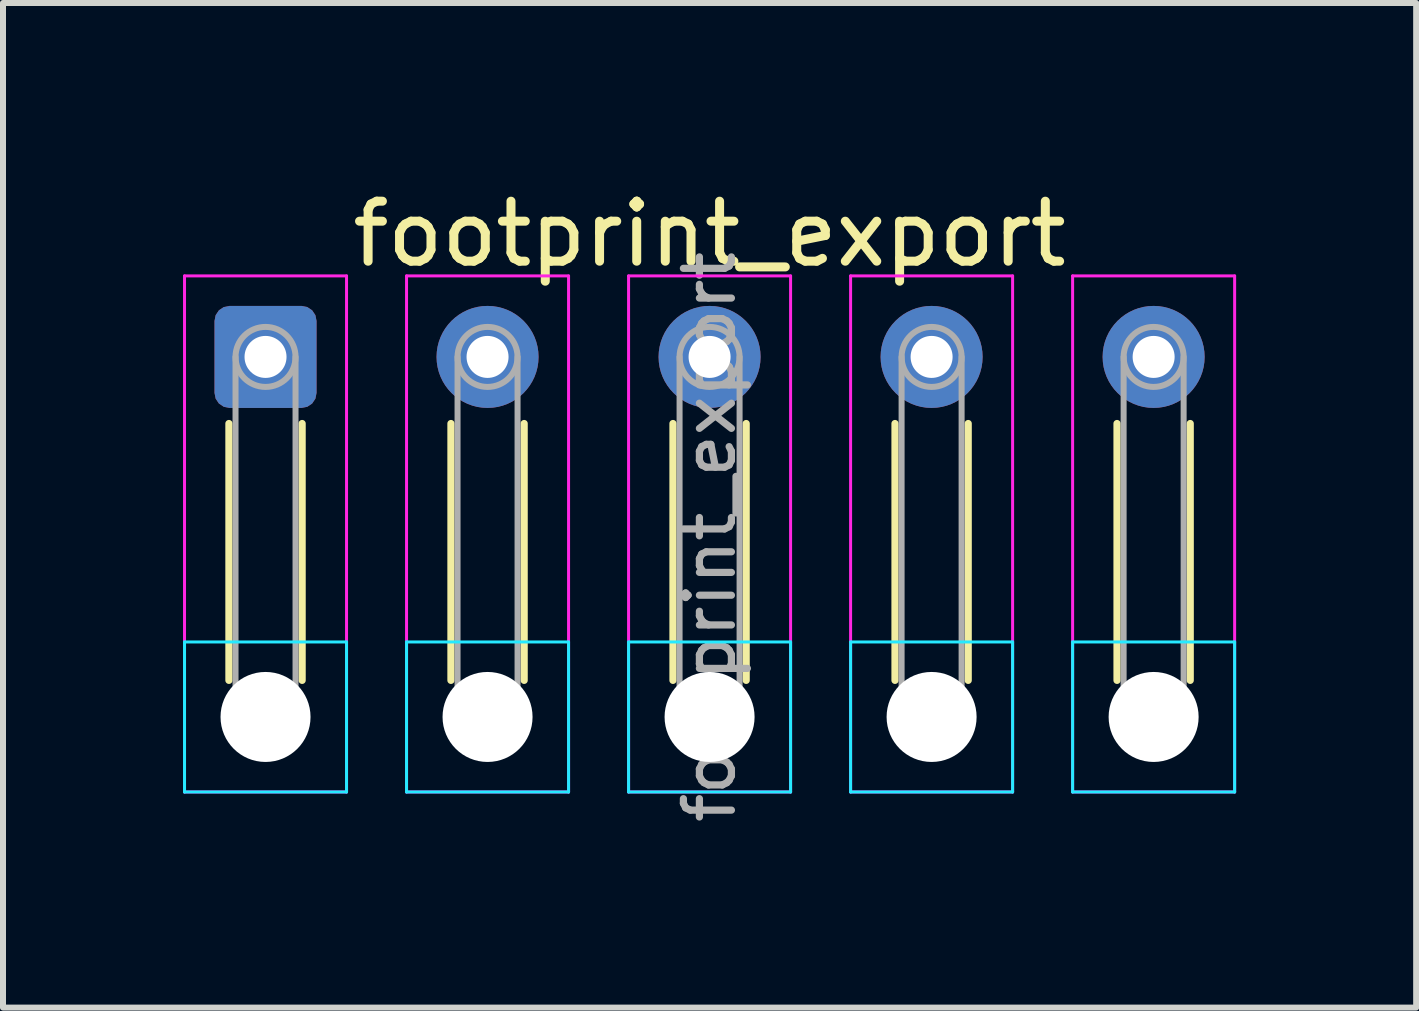
<source format=kicad_pcb>
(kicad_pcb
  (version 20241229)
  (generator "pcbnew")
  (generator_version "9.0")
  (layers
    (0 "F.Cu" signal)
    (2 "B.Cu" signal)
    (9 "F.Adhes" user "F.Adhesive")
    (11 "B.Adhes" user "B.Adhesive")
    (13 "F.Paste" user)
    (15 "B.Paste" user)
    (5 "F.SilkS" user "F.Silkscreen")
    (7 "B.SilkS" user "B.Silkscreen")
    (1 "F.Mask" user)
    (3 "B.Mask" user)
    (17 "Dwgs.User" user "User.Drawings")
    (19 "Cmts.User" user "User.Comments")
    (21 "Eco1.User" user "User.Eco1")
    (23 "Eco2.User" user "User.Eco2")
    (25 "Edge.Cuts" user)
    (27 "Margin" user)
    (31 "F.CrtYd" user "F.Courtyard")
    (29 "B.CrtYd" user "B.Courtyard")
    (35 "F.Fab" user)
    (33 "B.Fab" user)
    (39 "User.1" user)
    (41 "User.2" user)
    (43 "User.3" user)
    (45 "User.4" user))
  (footprint "footprint_export"
    (layer "F.Cu")
    (at 1.375 2.898)
    (property "Reference" "footprint_export" (at 7.4 -2.05 0) (layer "F.SilkS") (effects (font (size 1 1) (thickness 0.15))))
    (attr exclude_from_pos_files exclude_from_bom)
    (fp_line (start -0.61 1.11) (end -0.61 5.39) (stroke (width 0.12) (type solid)) (layer "F.SilkS"))
    (fp_line (start 0.61 1.11) (end 0.61 5.39) (stroke (width 0.12) (type solid)) (layer "F.SilkS"))
    (fp_line (start 3.09 1.11) (end 3.09 5.39) (stroke (width 0.12) (type solid)) (layer "F.SilkS"))
    (fp_line (start 4.31 1.11) (end 4.31 5.39) (stroke (width 0.12) (type solid)) (layer "F.SilkS"))
    (fp_line (start 6.79 1.11) (end 6.79 5.39) (stroke (width 0.12) (type solid)) (layer "F.SilkS"))
    (fp_line (start 8.01 1.11) (end 8.01 5.39) (stroke (width 0.12) (type solid)) (layer "F.SilkS"))
    (fp_line (start 10.49 1.11) (end 10.49 5.39) (stroke (width 0.12) (type solid)) (layer "F.SilkS"))
    (fp_line (start 11.71 1.11) (end 11.71 5.39) (stroke (width 0.12) (type solid)) (layer "F.SilkS"))
    (fp_line (start 14.19 1.11) (end 14.19 5.39) (stroke (width 0.12) (type solid)) (layer "F.SilkS"))
    (fp_line (start 15.41 1.11) (end 15.41 5.39) (stroke (width 0.12) (type solid)) (layer "F.SilkS"))
    (fp_line (start -1.35 4.75) (end -1.35 7.25) (stroke (width 0.05) (type solid)) (layer "B.CrtYd"))
    (fp_line (start -1.35 7.25) (end 1.35 7.25) (stroke (width 0.05) (type solid)) (layer "B.CrtYd"))
    (fp_line (start 1.35 4.75) (end -1.35 4.75) (stroke (width 0.05) (type solid)) (layer "B.CrtYd"))
    (fp_line (start 1.35 7.25) (end 1.35 4.75) (stroke (width 0.05) (type solid)) (layer "B.CrtYd"))
    (fp_line (start 2.35 4.75) (end 2.35 7.25) (stroke (width 0.05) (type solid)) (layer "B.CrtYd"))
    (fp_line (start 2.35 7.25) (end 5.05 7.25) (stroke (width 0.05) (type solid)) (layer "B.CrtYd"))
    (fp_line (start 5.05 4.75) (end 2.35 4.75) (stroke (width 0.05) (type solid)) (layer "B.CrtYd"))
    (fp_line (start 5.05 7.25) (end 5.05 4.75) (stroke (width 0.05) (type solid)) (layer "B.CrtYd"))
    (fp_line (start 6.05 4.75) (end 6.05 7.25) (stroke (width 0.05) (type solid)) (layer "B.CrtYd"))
    (fp_line (start 6.05 7.25) (end 8.75 7.25) (stroke (width 0.05) (type solid)) (layer "B.CrtYd"))
    (fp_line (start 8.75 4.75) (end 6.05 4.75) (stroke (width 0.05) (type solid)) (layer "B.CrtYd"))
    (fp_line (start 8.75 7.25) (end 8.75 4.75) (stroke (width 0.05) (type solid)) (layer "B.CrtYd"))
    (fp_line (start 9.75 4.75) (end 9.75 7.25) (stroke (width 0.05) (type solid)) (layer "B.CrtYd"))
    (fp_line (start 9.75 7.25) (end 12.45 7.25) (stroke (width 0.05) (type solid)) (layer "B.CrtYd"))
    (fp_line (start 12.45 4.75) (end 9.75 4.75) (stroke (width 0.05) (type solid)) (layer "B.CrtYd"))
    (fp_line (start 12.45 7.25) (end 12.45 4.75) (stroke (width 0.05) (type solid)) (layer "B.CrtYd"))
    (fp_line (start 13.45 4.75) (end 13.45 7.25) (stroke (width 0.05) (type solid)) (layer "B.CrtYd"))
    (fp_line (start 13.45 7.25) (end 16.15 7.25) (stroke (width 0.05) (type solid)) (layer "B.CrtYd"))
    (fp_line (start 16.15 4.75) (end 13.45 4.75) (stroke (width 0.05) (type solid)) (layer "B.CrtYd"))
    (fp_line (start 16.15 7.25) (end 16.15 4.75) (stroke (width 0.05) (type solid)) (layer "B.CrtYd"))
    (fp_line (start -1.35 -1.35) (end -1.35 7.25) (stroke (width 0.05) (type solid)) (layer "F.CrtYd"))
    (fp_line (start -1.35 7.25) (end 1.35 7.25) (stroke (width 0.05) (type solid)) (layer "F.CrtYd"))
    (fp_line (start 1.35 -1.35) (end -1.35 -1.35) (stroke (width 0.05) (type solid)) (layer "F.CrtYd"))
    (fp_line (start 1.35 7.25) (end 1.35 -1.35) (stroke (width 0.05) (type solid)) (layer "F.CrtYd"))
    (fp_line (start 2.35 -1.35) (end 2.35 7.25) (stroke (width 0.05) (type solid)) (layer "F.CrtYd"))
    (fp_line (start 2.35 7.25) (end 5.05 7.25) (stroke (width 0.05) (type solid)) (layer "F.CrtYd"))
    (fp_line (start 5.05 -1.35) (end 2.35 -1.35) (stroke (width 0.05) (type solid)) (layer "F.CrtYd"))
    (fp_line (start 5.05 7.25) (end 5.05 -1.35) (stroke (width 0.05) (type solid)) (layer "F.CrtYd"))
    (fp_line (start 6.05 -1.35) (end 6.05 7.25) (stroke (width 0.05) (type solid)) (layer "F.CrtYd"))
    (fp_line (start 6.05 7.25) (end 8.75 7.25) (stroke (width 0.05) (type solid)) (layer "F.CrtYd"))
    (fp_line (start 8.75 -1.35) (end 6.05 -1.35) (stroke (width 0.05) (type solid)) (layer "F.CrtYd"))
    (fp_line (start 8.75 7.25) (end 8.75 -1.35) (stroke (width 0.05) (type solid)) (layer "F.CrtYd"))
    (fp_line (start 9.75 -1.35) (end 9.75 7.25) (stroke (width 0.05) (type solid)) (layer "F.CrtYd"))
    (fp_line (start 9.75 7.25) (end 12.45 7.25) (stroke (width 0.05) (type solid)) (layer "F.CrtYd"))
    (fp_line (start 12.45 -1.35) (end 9.75 -1.35) (stroke (width 0.05) (type solid)) (layer "F.CrtYd"))
    (fp_line (start 12.45 7.25) (end 12.45 -1.35) (stroke (width 0.05) (type solid)) (layer "F.CrtYd"))
    (fp_line (start 13.45 -1.35) (end 13.45 7.25) (stroke (width 0.05) (type solid)) (layer "F.CrtYd"))
    (fp_line (start 13.45 7.25) (end 16.15 7.25) (stroke (width 0.05) (type solid)) (layer "F.CrtYd"))
    (fp_line (start 16.15 -1.35) (end 13.45 -1.35) (stroke (width 0.05) (type solid)) (layer "F.CrtYd"))
    (fp_line (start 16.15 7.25) (end 16.15 -1.35) (stroke (width 0.05) (type solid)) (layer "F.CrtYd"))
    (fp_line (start -0.5 0) (end -0.5 6) (stroke (width 0.1) (type solid)) (layer "F.Fab"))
    (fp_line (start 0.5 0) (end 0.5 6) (stroke (width 0.1) (type solid)) (layer "F.Fab"))
    (fp_line (start 3.2 0) (end 3.2 6) (stroke (width 0.1) (type solid)) (layer "F.Fab"))
    (fp_line (start 4.2 0) (end 4.2 6) (stroke (width 0.1) (type solid)) (layer "F.Fab"))
    (fp_line (start 6.9 0) (end 6.9 6) (stroke (width 0.1) (type solid)) (layer "F.Fab"))
    (fp_line (start 7.9 0) (end 7.9 6) (stroke (width 0.1) (type solid)) (layer "F.Fab"))
    (fp_line (start 10.6 0) (end 10.6 6) (stroke (width 0.1) (type solid)) (layer "F.Fab"))
    (fp_line (start 11.6 0) (end 11.6 6) (stroke (width 0.1) (type solid)) (layer "F.Fab"))
    (fp_line (start 14.3 0) (end 14.3 6) (stroke (width 0.1) (type solid)) (layer "F.Fab"))
    (fp_line (start 15.3 0) (end 15.3 6) (stroke (width 0.1) (type solid)) (layer "F.Fab"))
    (fp_circle (center 0 0) (end 0.5 0) (stroke (width 0.1) (type solid)) (fill no) (layer "F.Fab"))
    (fp_circle (center 0 6) (end 0.5 6) (stroke (width 0.1) (type solid)) (fill no) (layer "F.Fab"))
    (fp_circle (center 3.7 0) (end 4.2 0) (stroke (width 0.1) (type solid)) (fill no) (layer "F.Fab"))
    (fp_circle (center 3.7 6) (end 4.2 6) (stroke (width 0.1) (type solid)) (fill no) (layer "F.Fab"))
    (fp_circle (center 7.4 0) (end 7.9 0) (stroke (width 0.1) (type solid)) (fill no) (layer "F.Fab"))
    (fp_circle (center 7.4 6) (end 7.9 6) (stroke (width 0.1) (type solid)) (fill no) (layer "F.Fab"))
    (fp_circle (center 11.1 0) (end 11.6 0) (stroke (width 0.1) (type solid)) (fill no) (layer "F.Fab"))
    (fp_circle (center 11.1 6) (end 11.6 6) (stroke (width 0.1) (type solid)) (fill no) (layer "F.Fab"))
    (fp_circle (center 14.8 0) (end 15.3 0) (stroke (width 0.1) (type solid)) (fill no) (layer "F.Fab"))
    (fp_circle (center 14.8 6) (end 15.3 6) (stroke (width 0.1) (type solid)) (fill no) (layer "F.Fab"))
    (fp_text user "${REFERENCE}" (at 7.4 3 90) (layer "F.Fab") (effects (font (size 0.8 0.8) (thickness 0.12))))
    (pad "" np_thru_hole circle (at 0 6) (size 1.5 1.5) (drill 1.5) (layers "*.Cu" "*.Mask"))
    (pad "" np_thru_hole circle (at 3.7 6) (size 1.5 1.5) (drill 1.5) (layers "*.Cu" "*.Mask"))
    (pad "" np_thru_hole circle (at 7.4 6) (size 1.5 1.5) (drill 1.5) (layers "*.Cu" "*.Mask"))
    (pad "" np_thru_hole circle (at 11.1 6) (size 1.5 1.5) (drill 1.5) (layers "*.Cu" "*.Mask"))
    (pad "" np_thru_hole circle (at 14.8 6) (size 1.5 1.5) (drill 1.5) (layers "*.Cu" "*.Mask"))
    (pad "1" thru_hole roundrect (at 0 0) (size 1.7 1.7) (drill 0.7) (layers "*.Cu" "*.Mask") (roundrect_rratio 0.147))
    (pad "2" thru_hole circle (at 3.7 0) (size 1.7 1.7) (drill 0.7) (layers "*.Cu" "*.Mask"))
    (pad "3" thru_hole circle (at 7.4 0) (size 1.7 1.7) (drill 0.7) (layers "*.Cu" "*.Mask"))
    (pad "4" thru_hole circle (at 11.1 0) (size 1.7 1.7) (drill 0.7) (layers "*.Cu" "*.Mask"))
    (pad "5" thru_hole circle (at 14.8 0) (size 1.7 1.7) (drill 0.7) (layers "*.Cu" "*.Mask")))
  (gr_rect
    (start -3 -3)
    (end 20.55 13.741)
    (stroke (width 0.1) (type default))
    (fill no)
    (layer "Edge.Cuts")))
</source>
